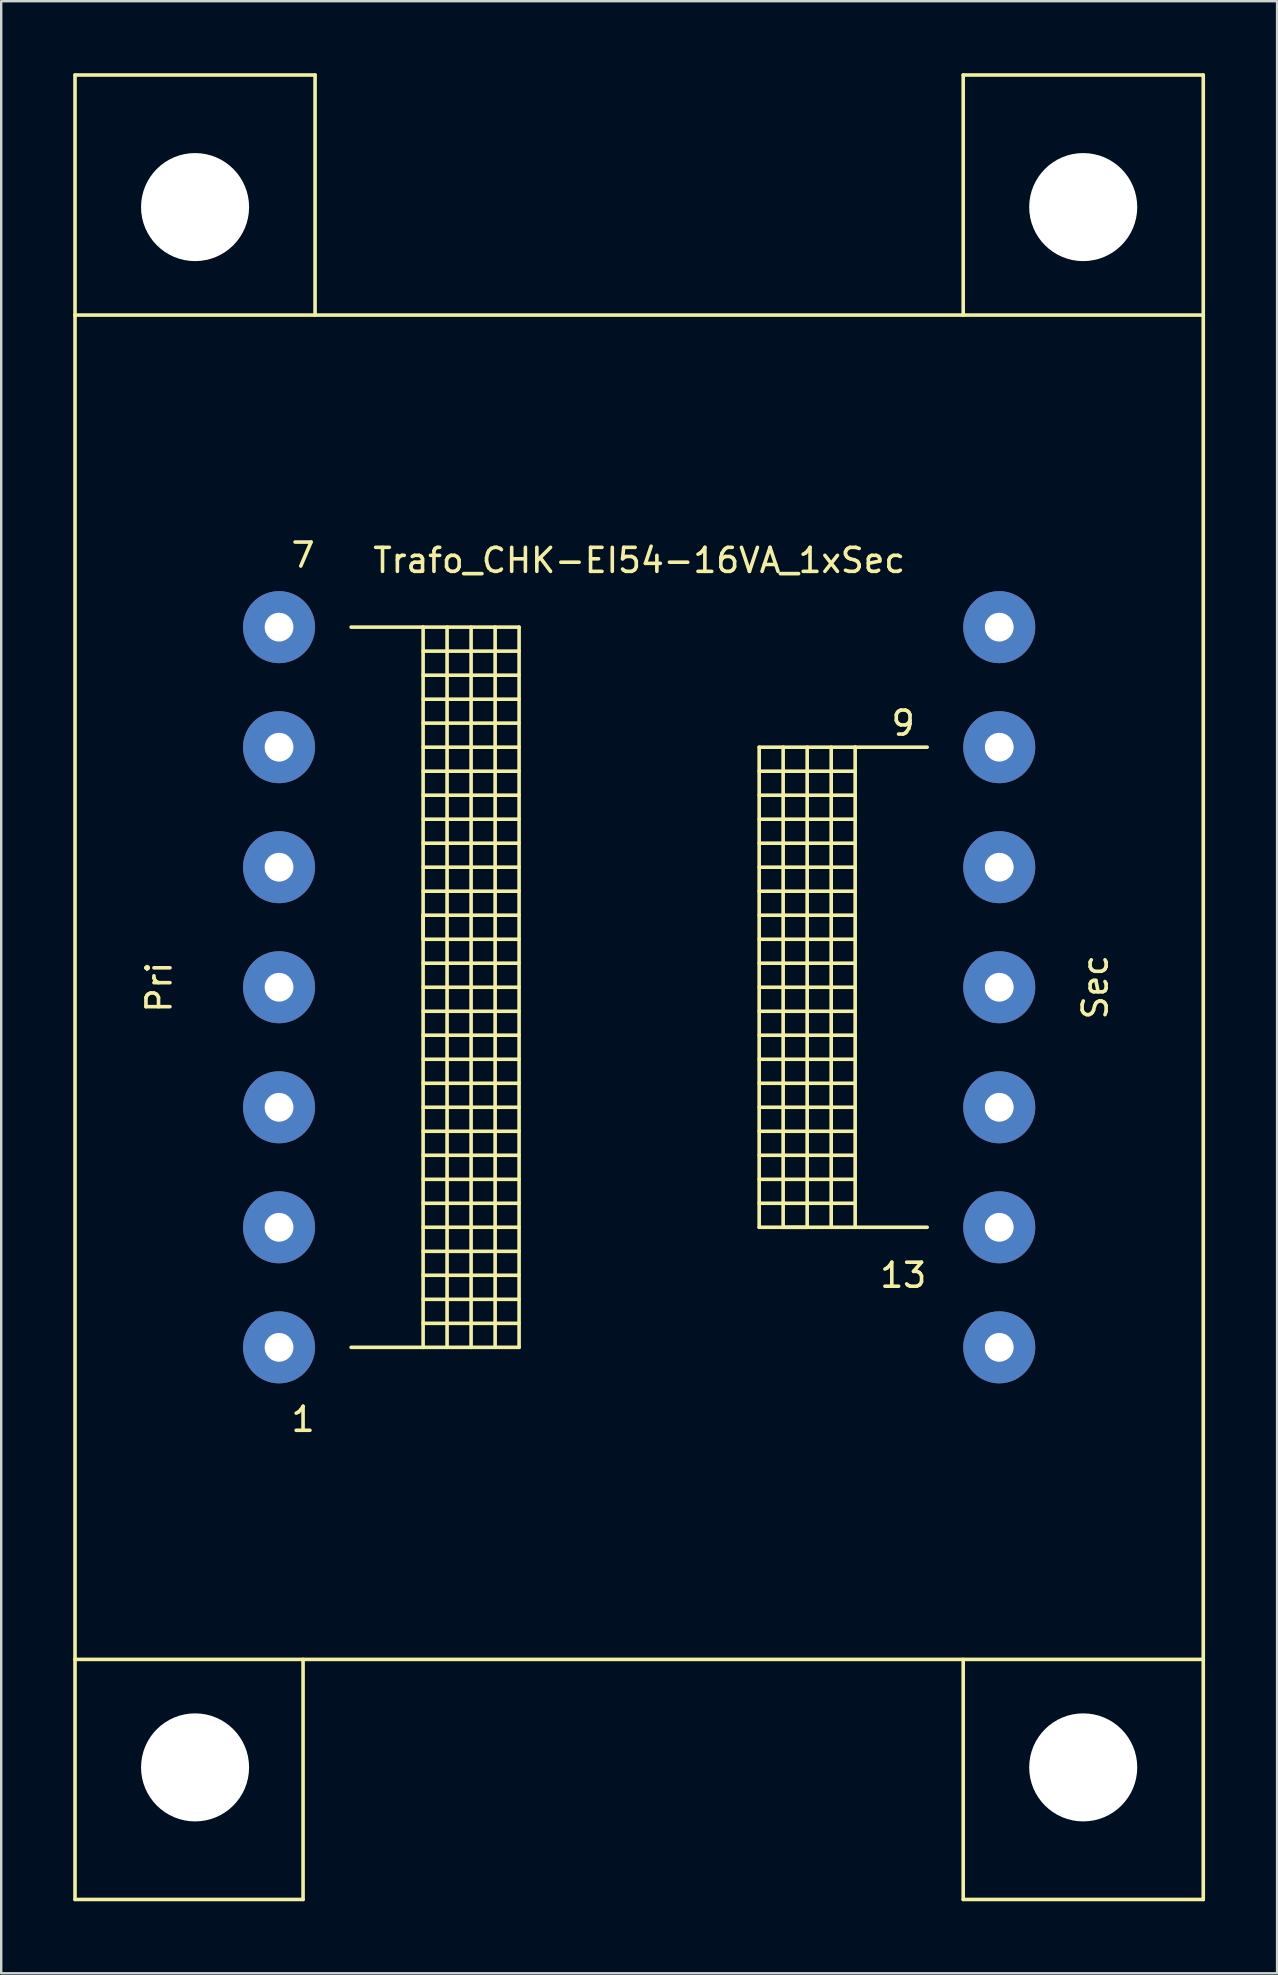
<source format=kicad_pcb>
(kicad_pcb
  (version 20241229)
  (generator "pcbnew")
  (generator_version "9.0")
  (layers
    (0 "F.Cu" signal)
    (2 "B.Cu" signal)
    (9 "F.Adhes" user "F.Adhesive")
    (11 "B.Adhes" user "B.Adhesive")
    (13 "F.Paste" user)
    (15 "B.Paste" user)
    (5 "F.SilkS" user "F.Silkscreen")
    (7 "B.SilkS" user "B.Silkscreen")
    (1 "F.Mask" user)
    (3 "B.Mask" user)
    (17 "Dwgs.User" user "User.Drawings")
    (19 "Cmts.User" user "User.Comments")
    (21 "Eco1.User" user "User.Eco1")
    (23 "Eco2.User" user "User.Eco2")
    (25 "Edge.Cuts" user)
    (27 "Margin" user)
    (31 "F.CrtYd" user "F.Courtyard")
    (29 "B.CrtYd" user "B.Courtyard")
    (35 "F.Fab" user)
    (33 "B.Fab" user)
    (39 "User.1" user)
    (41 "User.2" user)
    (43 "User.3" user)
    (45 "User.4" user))
  (footprint "Trafo_CHK-EI54-16VA_1xSec"
    (layer "F.Cu")
    (at 23.575 38.076)
    (property "Reference" "Trafo_CHK-EI54-16VA_1xSec" (at 0 -17.78 0) (layer "F.SilkS") (effects (font (size 1 1) (thickness 0.15))))
    (attr through_hole)
    (fp_line (start -23.5 -38.001) (end -13.5 -38.001) (stroke (width 0.15) (type solid)) (layer "F.SilkS"))
    (fp_line (start -23.5 -28.001) (end -23.5 -38.001) (stroke (width 0.15) (type solid)) (layer "F.SilkS"))
    (fp_line (start -23.5 -28.001) (end -23.5 28.001) (stroke (width 0.15) (type solid)) (layer "F.SilkS"))
    (fp_line (start -23.5 28.001) (end -23.5 38.001) (stroke (width 0.15) (type solid)) (layer "F.SilkS"))
    (fp_line (start -23.5 28.001) (end 23.5 28.001) (stroke (width 0.15) (type solid)) (layer "F.SilkS"))
    (fp_line (start -23.5 38.001) (end -14 38.001) (stroke (width 0.15) (type solid)) (layer "F.SilkS"))
    (fp_line (start -14 38.001) (end -14 28.001) (stroke (width 0.15) (type solid)) (layer "F.SilkS"))
    (fp_line (start -13.5 -38.001) (end -13.5 -28.001) (stroke (width 0.15) (type solid)) (layer "F.SilkS"))
    (fp_line (start -11.999 -15.001) (end -8.999 -15.001) (stroke (width 0.15) (type solid)) (layer "F.SilkS"))
    (fp_line (start -8.999 -15.001) (end -8.999 15.001) (stroke (width 0.15) (type solid)) (layer "F.SilkS"))
    (fp_line (start -8.999 -15.001) (end -5.001 -15.001) (stroke (width 0.15) (type solid)) (layer "F.SilkS"))
    (fp_line (start -8.999 -14) (end -5.001 -14) (stroke (width 0.15) (type solid)) (layer "F.SilkS"))
    (fp_line (start -8.999 -11.999) (end -5.001 -11.999) (stroke (width 0.15) (type solid)) (layer "F.SilkS"))
    (fp_line (start -8.999 -10) (end -5.001 -10) (stroke (width 0.15) (type solid)) (layer "F.SilkS"))
    (fp_line (start -8.999 -8.001) (end -5.001 -8.001) (stroke (width 0.15) (type solid)) (layer "F.SilkS"))
    (fp_line (start -8.999 -5.999) (end -5.001 -5.999) (stroke (width 0.15) (type solid)) (layer "F.SilkS"))
    (fp_line (start -8.999 -4) (end -5.001 -4) (stroke (width 0.15) (type solid)) (layer "F.SilkS"))
    (fp_line (start -8.999 -3) (end -8.999 -1.999) (stroke (width 0.15) (type solid)) (layer "F.SilkS"))
    (fp_line (start -8.999 -1.999) (end -5.001 -1.999) (stroke (width 0.15) (type solid)) (layer "F.SilkS"))
    (fp_line (start -8.999 0) (end -5.001 0) (stroke (width 0.15) (type solid)) (layer "F.SilkS"))
    (fp_line (start -8.999 1.999) (end -5.001 1.999) (stroke (width 0.15) (type solid)) (layer "F.SilkS"))
    (fp_line (start -8.999 4) (end -5.001 4) (stroke (width 0.15) (type solid)) (layer "F.SilkS"))
    (fp_line (start -8.999 5.999) (end -5.001 5.999) (stroke (width 0.15) (type solid)) (layer "F.SilkS"))
    (fp_line (start -8.999 8.001) (end -5.001 8.001) (stroke (width 0.15) (type solid)) (layer "F.SilkS"))
    (fp_line (start -8.999 10) (end -5.001 10) (stroke (width 0.15) (type solid)) (layer "F.SilkS"))
    (fp_line (start -8.999 11.999) (end -5.001 11.999) (stroke (width 0.15) (type solid)) (layer "F.SilkS"))
    (fp_line (start -8.999 14) (end -5.001 14) (stroke (width 0.15) (type solid)) (layer "F.SilkS"))
    (fp_line (start -8.999 15.001) (end -11.999 15.001) (stroke (width 0.15) (type solid)) (layer "F.SilkS"))
    (fp_line (start -8.001 15.001) (end -8.001 -15.001) (stroke (width 0.15) (type solid)) (layer "F.SilkS"))
    (fp_line (start -7 -15.001) (end -7 15.001) (stroke (width 0.15) (type solid)) (layer "F.SilkS"))
    (fp_line (start -5.999 15.001) (end -5.999 -15.001) (stroke (width 0.15) (type solid)) (layer "F.SilkS"))
    (fp_line (start -5.001 -15.001) (end -5.001 15.001) (stroke (width 0.15) (type solid)) (layer "F.SilkS"))
    (fp_line (start -5.001 -13) (end -8.999 -13) (stroke (width 0.15) (type solid)) (layer "F.SilkS"))
    (fp_line (start -5.001 -11.001) (end -8.999 -11.001) (stroke (width 0.15) (type solid)) (layer "F.SilkS"))
    (fp_line (start -5.001 -8.999) (end -8.999 -8.999) (stroke (width 0.15) (type solid)) (layer "F.SilkS"))
    (fp_line (start -5.001 -7) (end -8.999 -7) (stroke (width 0.15) (type solid)) (layer "F.SilkS"))
    (fp_line (start -5.001 -5.001) (end -8.999 -5.001) (stroke (width 0.15) (type solid)) (layer "F.SilkS"))
    (fp_line (start -5.001 -3) (end -8.999 -3) (stroke (width 0.15) (type solid)) (layer "F.SilkS"))
    (fp_line (start -5.001 -1.001) (end -8.999 -1.001) (stroke (width 0.15) (type solid)) (layer "F.SilkS"))
    (fp_line (start -5.001 1.001) (end -8.999 1.001) (stroke (width 0.15) (type solid)) (layer "F.SilkS"))
    (fp_line (start -5.001 3) (end -8.999 3) (stroke (width 0.15) (type solid)) (layer "F.SilkS"))
    (fp_line (start -5.001 5.001) (end -8.999 5.001) (stroke (width 0.15) (type solid)) (layer "F.SilkS"))
    (fp_line (start -5.001 7) (end -8.999 7) (stroke (width 0.15) (type solid)) (layer "F.SilkS"))
    (fp_line (start -5.001 8.999) (end -8.999 8.999) (stroke (width 0.15) (type solid)) (layer "F.SilkS"))
    (fp_line (start -5.001 11.001) (end -8.999 11.001) (stroke (width 0.15) (type solid)) (layer "F.SilkS"))
    (fp_line (start -5.001 13) (end -8.999 13) (stroke (width 0.15) (type solid)) (layer "F.SilkS"))
    (fp_line (start -5.001 15.001) (end -8.999 15.001) (stroke (width 0.15) (type solid)) (layer "F.SilkS"))
    (fp_line (start 5.001 -10) (end 5.001 10) (stroke (width 0.15) (type solid)) (layer "F.SilkS"))
    (fp_line (start 5.001 -8.999) (end 8.999 -8.999) (stroke (width 0.15) (type solid)) (layer "F.SilkS"))
    (fp_line (start 5.001 -7) (end 8.999 -7) (stroke (width 0.15) (type solid)) (layer "F.SilkS"))
    (fp_line (start 5.001 -5.001) (end 8.999 -5.001) (stroke (width 0.15) (type solid)) (layer "F.SilkS"))
    (fp_line (start 5.001 -3) (end 8.999 -3) (stroke (width 0.15) (type solid)) (layer "F.SilkS"))
    (fp_line (start 5.001 -1.001) (end 8.999 -1.001) (stroke (width 0.15) (type solid)) (layer "F.SilkS"))
    (fp_line (start 5.001 1.001) (end 8.999 1.001) (stroke (width 0.15) (type solid)) (layer "F.SilkS"))
    (fp_line (start 5.001 3) (end 8.999 3) (stroke (width 0.15) (type solid)) (layer "F.SilkS"))
    (fp_line (start 5.001 5.001) (end 8.999 5.001) (stroke (width 0.15) (type solid)) (layer "F.SilkS"))
    (fp_line (start 5.001 7) (end 8.999 7) (stroke (width 0.15) (type solid)) (layer "F.SilkS"))
    (fp_line (start 5.001 8.999) (end 8.999 8.999) (stroke (width 0.15) (type solid)) (layer "F.SilkS"))
    (fp_line (start 5.001 10) (end 8.999 10) (stroke (width 0.15) (type solid)) (layer "F.SilkS"))
    (fp_line (start 5.999 10) (end 5.999 -10) (stroke (width 0.15) (type solid)) (layer "F.SilkS"))
    (fp_line (start 7 -10) (end 7 10) (stroke (width 0.15) (type solid)) (layer "F.SilkS"))
    (fp_line (start 7 10) (end 5.999 10) (stroke (width 0.15) (type solid)) (layer "F.SilkS"))
    (fp_line (start 8.001 10) (end 8.001 -10) (stroke (width 0.15) (type solid)) (layer "F.SilkS"))
    (fp_line (start 8.999 -10) (end 5.001 -10) (stroke (width 0.15) (type solid)) (layer "F.SilkS"))
    (fp_line (start 8.999 -10) (end 8.999 10) (stroke (width 0.15) (type solid)) (layer "F.SilkS"))
    (fp_line (start 8.999 -8.001) (end 5.001 -8.001) (stroke (width 0.15) (type solid)) (layer "F.SilkS"))
    (fp_line (start 8.999 -5.999) (end 5.001 -5.999) (stroke (width 0.15) (type solid)) (layer "F.SilkS"))
    (fp_line (start 8.999 -4) (end 5.001 -4) (stroke (width 0.15) (type solid)) (layer "F.SilkS"))
    (fp_line (start 8.999 -1.999) (end 5.001 -1.999) (stroke (width 0.15) (type solid)) (layer "F.SilkS"))
    (fp_line (start 8.999 0) (end 5.001 0) (stroke (width 0.15) (type solid)) (layer "F.SilkS"))
    (fp_line (start 8.999 1.999) (end 5.001 1.999) (stroke (width 0.15) (type solid)) (layer "F.SilkS"))
    (fp_line (start 8.999 4) (end 5.001 4) (stroke (width 0.15) (type solid)) (layer "F.SilkS"))
    (fp_line (start 8.999 5.999) (end 5.001 5.999) (stroke (width 0.15) (type solid)) (layer "F.SilkS"))
    (fp_line (start 8.999 8.001) (end 5.001 8.001) (stroke (width 0.15) (type solid)) (layer "F.SilkS"))
    (fp_line (start 8.999 10) (end 11.999 10) (stroke (width 0.15) (type solid)) (layer "F.SilkS"))
    (fp_line (start 11.999 -10) (end 8.999 -10) (stroke (width 0.15) (type solid)) (layer "F.SilkS"))
    (fp_line (start 13.5 -38.001) (end 13.5 -28.001) (stroke (width 0.15) (type solid)) (layer "F.SilkS"))
    (fp_line (start 13.5 38.001) (end 13.5 28.001) (stroke (width 0.15) (type solid)) (layer "F.SilkS"))
    (fp_line (start 23.5 -38.001) (end 13.5 -38.001) (stroke (width 0.15) (type solid)) (layer "F.SilkS"))
    (fp_line (start 23.5 -28.001) (end -23.5 -28.001) (stroke (width 0.15) (type solid)) (layer "F.SilkS"))
    (fp_line (start 23.5 -28.001) (end 23.5 -38.001) (stroke (width 0.15) (type solid)) (layer "F.SilkS"))
    (fp_line (start 23.5 28.001) (end 23.5 -28.001) (stroke (width 0.15) (type solid)) (layer "F.SilkS"))
    (fp_line (start 23.5 28.001) (end 23.5 38.001) (stroke (width 0.15) (type solid)) (layer "F.SilkS"))
    (fp_line (start 23.5 38.001) (end 13.5 38.001) (stroke (width 0.15) (type solid)) (layer "F.SilkS"))
    (fp_text user "9" (at 10.998 -11.001 0) (layer "F.SilkS") (effects (font (size 1 1) (thickness 0.15))))
    (fp_text user "7" (at -14 -18.001 0) (layer "F.SilkS") (effects (font (size 1 1) (thickness 0.15))))
    (fp_text user "1" (at -14 18.001 0) (layer "F.SilkS") (effects (font (size 1 1) (thickness 0.15))))
    (fp_text user "Sec" (at 18.999 0 90) (layer "F.SilkS") (effects (font (size 1 1) (thickness 0.15))))
    (fp_text user "Pri" (at -20 0 90) (layer "F.SilkS") (effects (font (size 1 1) (thickness 0.15))))
    (fp_text user "13" (at 11.001 11.999 0) (layer "F.SilkS") (effects (font (size 1 1) (thickness 0.15))))
    (pad "" np_thru_hole circle (at -18.499 -32.499) (size 4.501 4.501) (drill 4.501) (layers "*.Cu" "*.Mask"))
    (pad "" np_thru_hole circle (at -18.499 32.499) (size 4.501 4.501) (drill 4.501) (layers "*.Cu" "*.Mask"))
    (pad "" np_thru_hole circle (at 18.499 -32.499) (size 4.501 4.501) (drill 4.501) (layers "*.Cu" "*.Mask"))
    (pad "" np_thru_hole circle (at 18.499 32.499) (size 4.501 4.501) (drill 4.501) (layers "*.Cu" "*.Mask"))
    (pad "1" thru_hole circle (at -15.001 15.001) (size 3 3) (drill 1.199) (layers "*.Cu" "*.Mask"))
    (pad "2" thru_hole circle (at -15.001 10) (size 3 3) (drill 1.199) (layers "*.Cu" "*.Mask"))
    (pad "3" thru_hole circle (at -15.001 5.001) (size 3 3) (drill 1.199) (layers "*.Cu" "*.Mask"))
    (pad "4" thru_hole circle (at -15.001 0) (size 3 3) (drill 1.199) (layers "*.Cu" "*.Mask"))
    (pad "5" thru_hole circle (at -15.001 -5.001) (size 3 3) (drill 1.199) (layers "*.Cu" "*.Mask"))
    (pad "6" thru_hole circle (at -15.001 -10) (size 3 3) (drill 1.199) (layers "*.Cu" "*.Mask"))
    (pad "7" thru_hole circle (at -15.001 -15.001) (size 3 3) (drill 1.199) (layers "*.Cu" "*.Mask"))
    (pad "8" thru_hole circle (at 15.001 -15.001) (size 3 3) (drill 1.199) (layers "*.Cu" "*.Mask"))
    (pad "9" thru_hole circle (at 15.001 -10) (size 3 3) (drill 1.199) (layers "*.Cu" "*.Mask"))
    (pad "10" thru_hole circle (at 15.001 -5.001) (size 3 3) (drill 1.199) (layers "*.Cu" "*.Mask"))
    (pad "11" thru_hole circle (at 15.001 0) (size 3 3) (drill 1.199) (layers "*.Cu" "*.Mask"))
    (pad "12" thru_hole circle (at 15.001 5.001) (size 3 3) (drill 1.199) (layers "*.Cu" "*.Mask"))
    (pad "13" thru_hole circle (at 15.001 10) (size 3 3) (drill 1.199) (layers "*.Cu" "*.Mask"))
    (pad "14" thru_hole circle (at 15.001 15.001) (size 3 3) (drill 1.199) (layers "*.Cu" "*.Mask")))
  (gr_rect
    (start -3 -3)
    (end 50.15 79.152)
    (stroke (width 0.1) (type default))
    (fill no)
    (layer "Edge.Cuts")))
</source>
